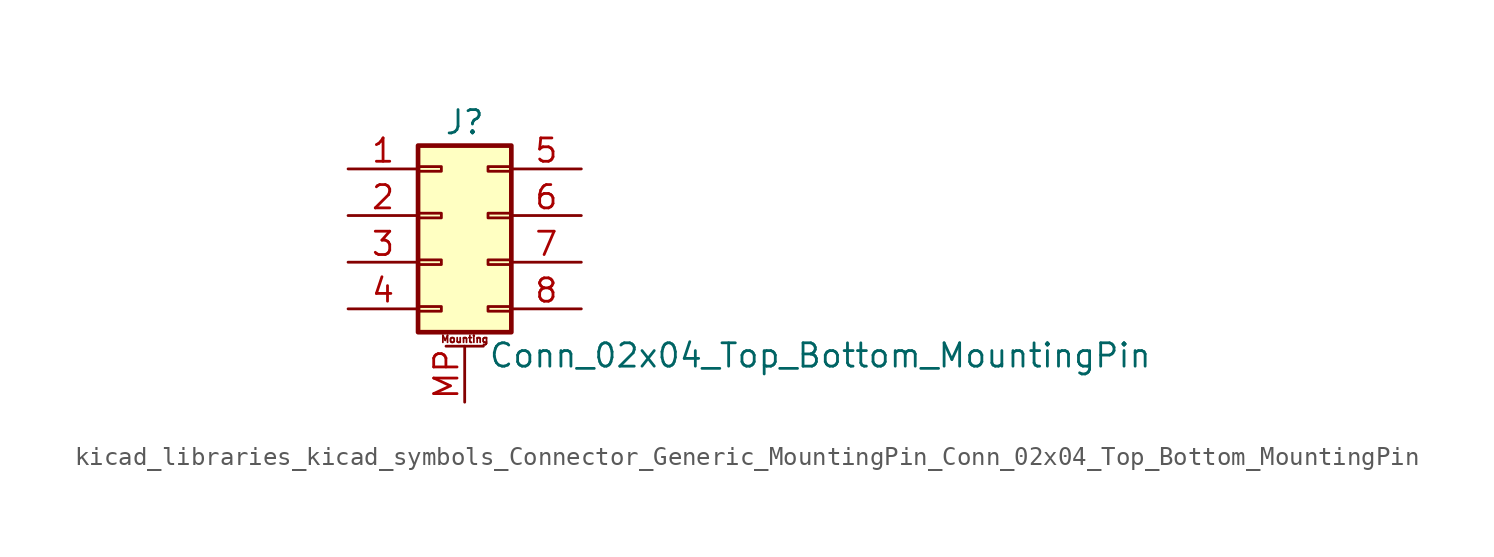
<source format=kicad_sym>
(kicad_symbol_lib
  (version 20220914)
  (generator kicad_symbol_editor)
  (symbol "kicad_libraries_kicad_symbols_Connector_Generic_MountingPin_Conn_02x04_Top_Bottom_MountingPin"
    (pin_names
      (offset 1.016) hide)
    (property "Reference" "J"
      (at 1.27 5.08 0)
      (effects (font (size 1.27 1.27))))
    (property "Value" "Conn_02x04_Top_Bottom_MountingPin"
      (at 2.54 -7.62 0)
      (effects (font (size 1.27 1.27)) (justify left)))
    (symbol "kicad_libraries_kicad_symbols_Connector_Generic_MountingPin_Conn_02x04_Top_Bottom_MountingPin_1_1"
      (rectangle (start -1.27 -4.953) (end 0 -5.207) (stroke (width 0.152) (type default)) (fill (type none)))
      (rectangle (start -1.27 -2.413) (end 0 -2.667) (stroke (width 0.152) (type default)) (fill (type none)))
      (rectangle (start -1.27 0.127) (end 0 -0.127) (stroke (width 0.152) (type default)) (fill (type none)))
      (rectangle (start -1.27 2.667) (end 0 2.413) (stroke (width 0.152) (type default)) (fill (type none)))
      (rectangle (start -1.27 3.81) (end 3.81 -6.35) (stroke (width 0.254) (type default)) (fill (type background)))
      (polyline (pts (xy 0.254 -7.112) (xy 2.286 -7.112)) (stroke (width 0.152) (type default)) (fill (type none)))
      (rectangle (start 3.81 -4.953) (end 2.54 -5.207) (stroke (width 0.152) (type default)) (fill (type none)))
      (rectangle (start 3.81 -2.413) (end 2.54 -2.667) (stroke (width 0.152) (type default)) (fill (type none)))
      (rectangle (start 3.81 0.127) (end 2.54 -0.127) (stroke (width 0.152) (type default)) (fill (type none)))
      (rectangle (start 3.81 2.667) (end 2.54 2.413) (stroke (width 0.152) (type default)) (fill (type none)))
      (text "Mounting" (at 1.27 -6.731 0) (effects (font (size 0.381 0.381))))
      (pin passive line (at -5.08 2.54 0) (length 3.81) (name "Pin_1" (effects (font (size 1.27 1.27)))) (number "1" (effects (font (size 1.27 1.27)))))
      (pin passive line (at -5.08 0 0) (length 3.81) (name "Pin_2" (effects (font (size 1.27 1.27)))) (number "2" (effects (font (size 1.27 1.27)))))
      (pin passive line (at -5.08 -2.54 0) (length 3.81) (name "Pin_3" (effects (font (size 1.27 1.27)))) (number "3" (effects (font (size 1.27 1.27)))))
      (pin passive line (at -5.08 -5.08 0) (length 3.81) (name "Pin_4" (effects (font (size 1.27 1.27)))) (number "4" (effects (font (size 1.27 1.27)))))
      (pin passive line (at 7.62 2.54 180) (length 3.81) (name "Pin_5" (effects (font (size 1.27 1.27)))) (number "5" (effects (font (size 1.27 1.27)))))
      (pin passive line (at 7.62 0 180) (length 3.81) (name "Pin_6" (effects (font (size 1.27 1.27)))) (number "6" (effects (font (size 1.27 1.27)))))
      (pin passive line (at 7.62 -2.54 180) (length 3.81) (name "Pin_7" (effects (font (size 1.27 1.27)))) (number "7" (effects (font (size 1.27 1.27)))))
      (pin passive line (at 7.62 -5.08 180) (length 3.81) (name "Pin_8" (effects (font (size 1.27 1.27)))) (number "8" (effects (font (size 1.27 1.27)))))
      (pin passive line (at 1.27 -10.16 90) (length 3.048) (name "MountPin" (effects (font (size 1.27 1.27)))) (number "MP" (effects (font (size 1.27 1.27))))))))
</source>
